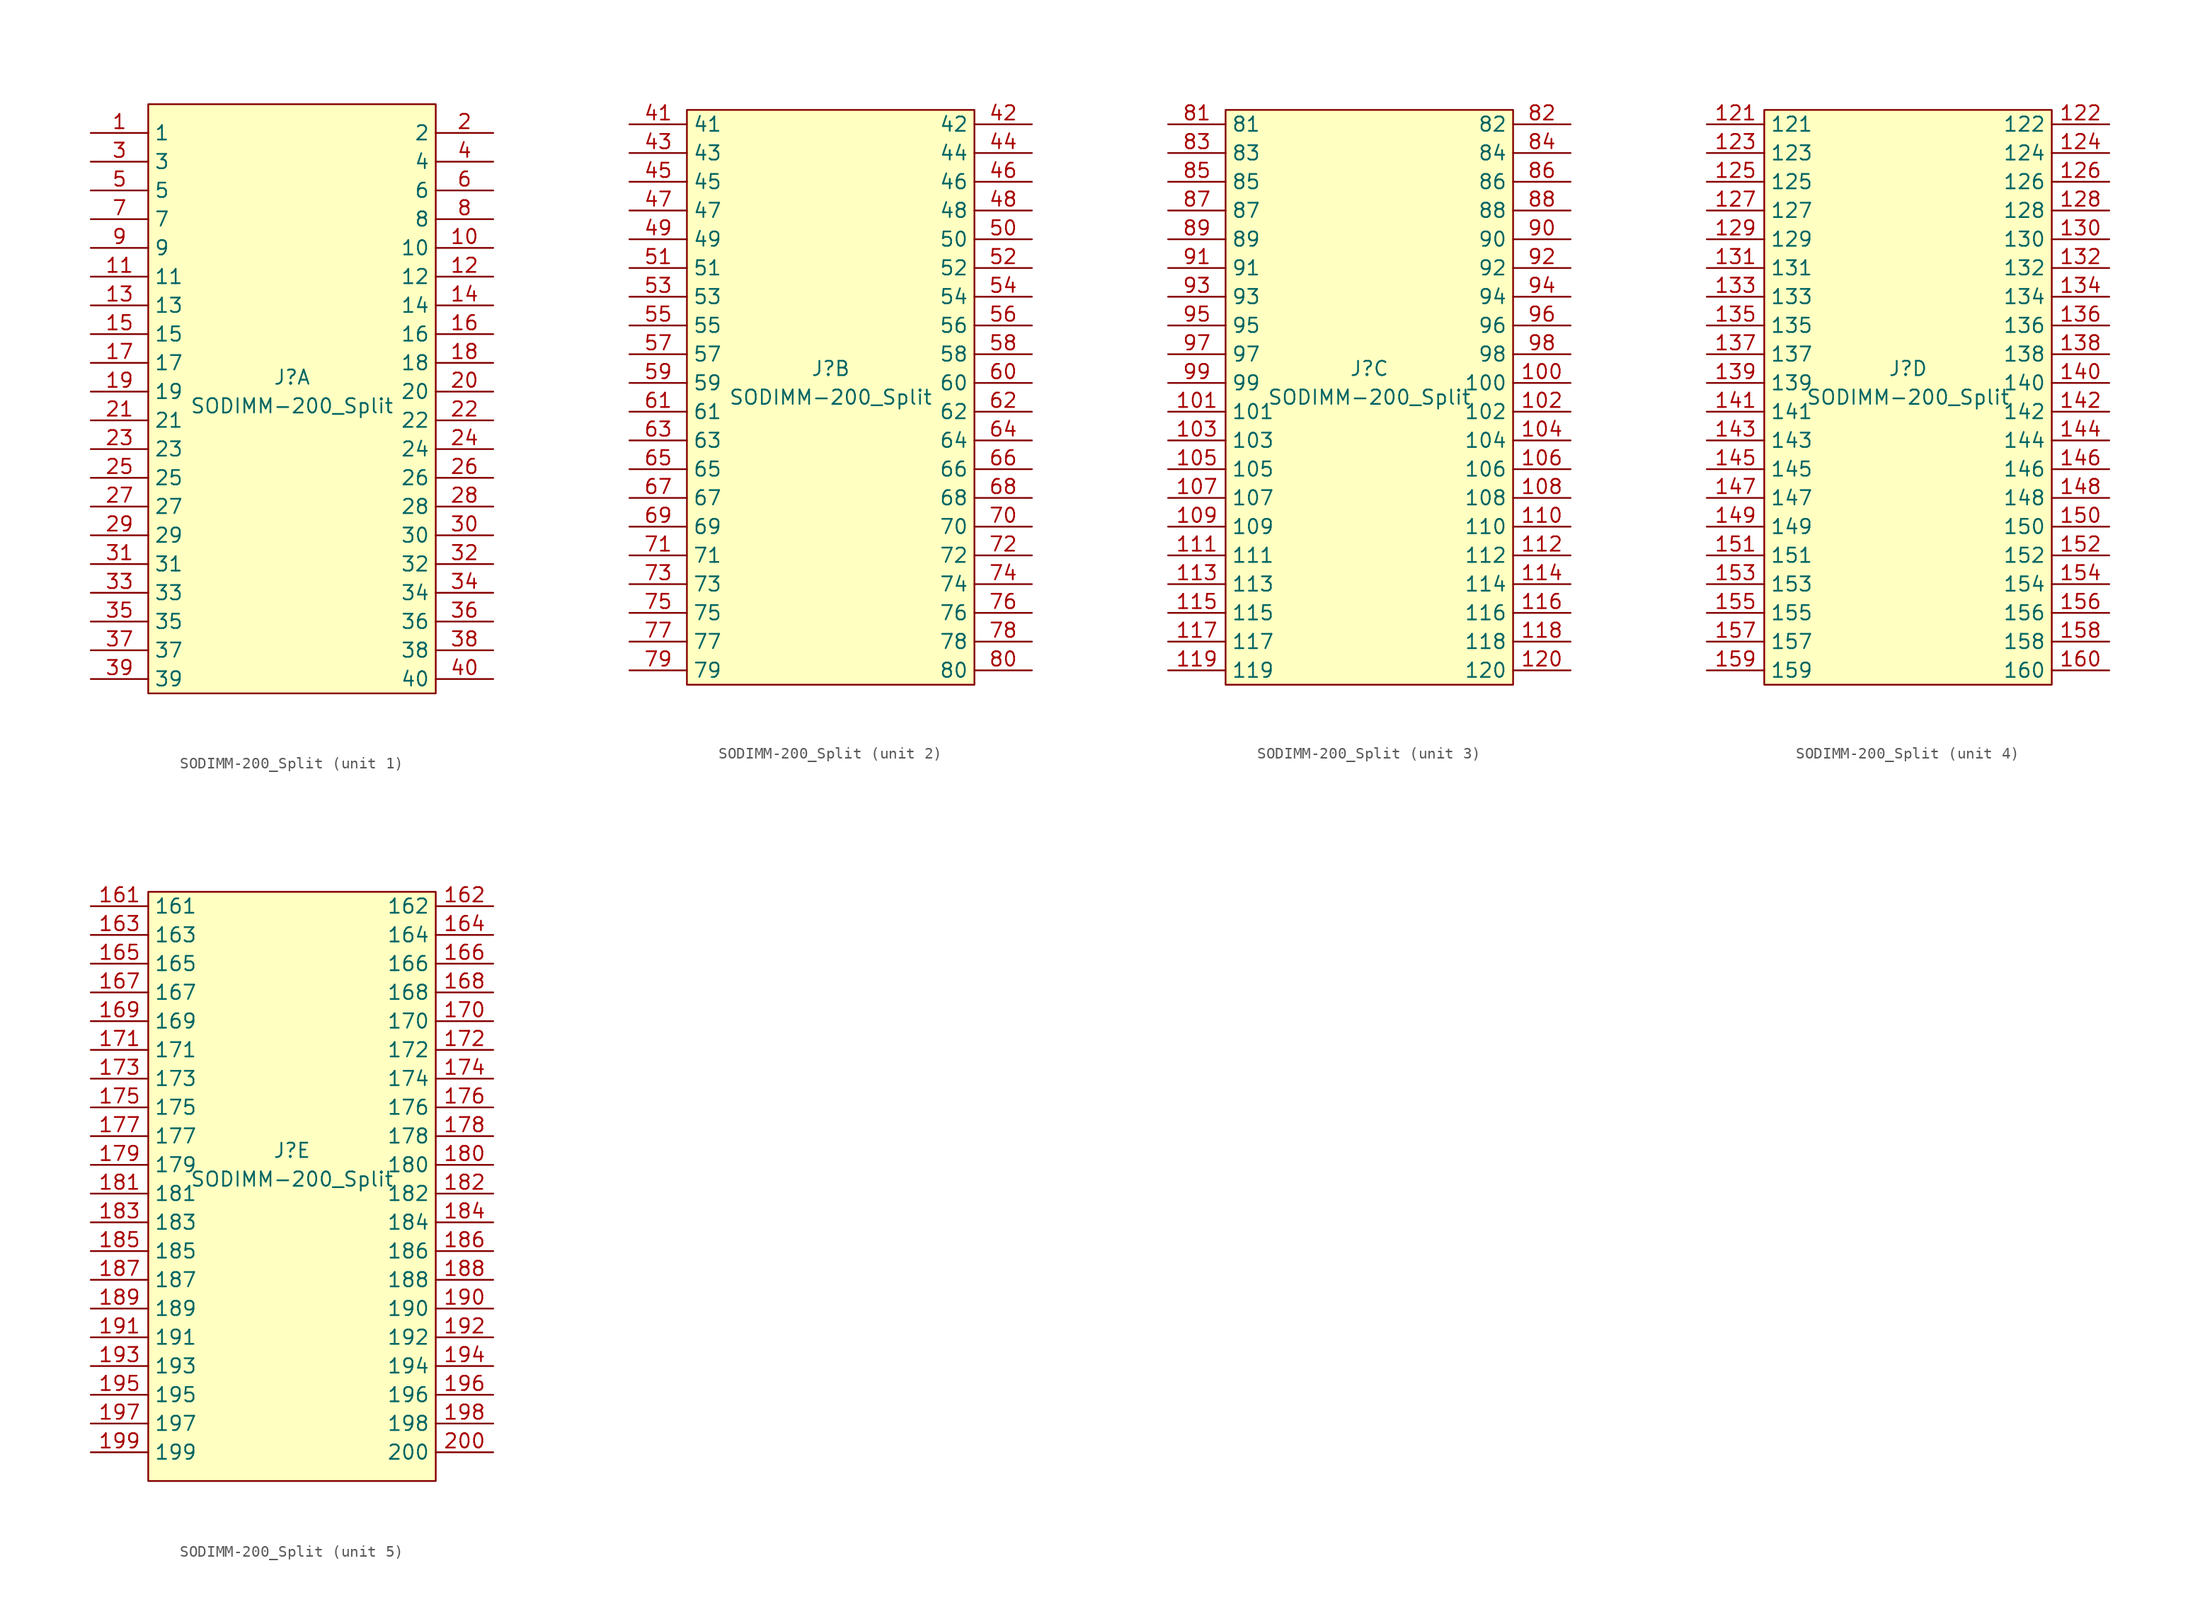
<source format=kicad_sym>
(kicad_symbol_lib
  (version 20201005)
  (generator kicad_symbol_editor)
  (symbol "Connector:SODIMM-200_Split"
    (property "Reference" "J"
      (at 0 1.27 0)
      (effects (font (size 1.27 1.27))))
    (property "Value" "SODIMM-200_Split"
      (at 0 -1.27 0)
      (effects (font (size 1.27 1.27))))
    (property "ki_locked" ""
      (at 0 0 0)
      (effects (font (size 1.27 1.27))))
    (symbol "SODIMM-200_Split_1_1"
      (rectangle (start -12.7 25.4) (end 12.7 -26.67) (stroke (width 0)) (fill (type background)))
      (pin passive line (at -17.78 22.86 0) (length 5.08) (name "1" (effects (font (size 1.27 1.27)))) (number "1" (effects (font (size 1.27 1.27)))))
      (pin passive line (at 17.78 12.7 180) (length 5.08) (name "10" (effects (font (size 1.27 1.27)))) (number "10" (effects (font (size 1.27 1.27)))))
      (pin passive line (at -17.78 10.16 0) (length 5.08) (name "11" (effects (font (size 1.27 1.27)))) (number "11" (effects (font (size 1.27 1.27)))))
      (pin passive line (at 17.78 10.16 180) (length 5.08) (name "12" (effects (font (size 1.27 1.27)))) (number "12" (effects (font (size 1.27 1.27)))))
      (pin passive line (at -17.78 7.62 0) (length 5.08) (name "13" (effects (font (size 1.27 1.27)))) (number "13" (effects (font (size 1.27 1.27)))))
      (pin passive line (at 17.78 7.62 180) (length 5.08) (name "14" (effects (font (size 1.27 1.27)))) (number "14" (effects (font (size 1.27 1.27)))))
      (pin passive line (at -17.78 5.08 0) (length 5.08) (name "15" (effects (font (size 1.27 1.27)))) (number "15" (effects (font (size 1.27 1.27)))))
      (pin passive line (at 17.78 5.08 180) (length 5.08) (name "16" (effects (font (size 1.27 1.27)))) (number "16" (effects (font (size 1.27 1.27)))))
      (pin passive line (at -17.78 2.54 0) (length 5.08) (name "17" (effects (font (size 1.27 1.27)))) (number "17" (effects (font (size 1.27 1.27)))))
      (pin passive line (at 17.78 2.54 180) (length 5.08) (name "18" (effects (font (size 1.27 1.27)))) (number "18" (effects (font (size 1.27 1.27)))))
      (pin passive line (at -17.78 0 0) (length 5.08) (name "19" (effects (font (size 1.27 1.27)))) (number "19" (effects (font (size 1.27 1.27)))))
      (pin passive line (at 17.78 22.86 180) (length 5.08) (name "2" (effects (font (size 1.27 1.27)))) (number "2" (effects (font (size 1.27 1.27)))))
      (pin passive line (at 17.78 0 180) (length 5.08) (name "20" (effects (font (size 1.27 1.27)))) (number "20" (effects (font (size 1.27 1.27)))))
      (pin passive line (at -17.78 -2.54 0) (length 5.08) (name "21" (effects (font (size 1.27 1.27)))) (number "21" (effects (font (size 1.27 1.27)))))
      (pin passive line (at 17.78 -2.54 180) (length 5.08) (name "22" (effects (font (size 1.27 1.27)))) (number "22" (effects (font (size 1.27 1.27)))))
      (pin passive line (at -17.78 -5.08 0) (length 5.08) (name "23" (effects (font (size 1.27 1.27)))) (number "23" (effects (font (size 1.27 1.27)))))
      (pin passive line (at 17.78 -5.08 180) (length 5.08) (name "24" (effects (font (size 1.27 1.27)))) (number "24" (effects (font (size 1.27 1.27)))))
      (pin passive line (at -17.78 -7.62 0) (length 5.08) (name "25" (effects (font (size 1.27 1.27)))) (number "25" (effects (font (size 1.27 1.27)))))
      (pin passive line (at 17.78 -7.62 180) (length 5.08) (name "26" (effects (font (size 1.27 1.27)))) (number "26" (effects (font (size 1.27 1.27)))))
      (pin passive line (at -17.78 -10.16 0) (length 5.08) (name "27" (effects (font (size 1.27 1.27)))) (number "27" (effects (font (size 1.27 1.27)))))
      (pin passive line (at 17.78 -10.16 180) (length 5.08) (name "28" (effects (font (size 1.27 1.27)))) (number "28" (effects (font (size 1.27 1.27)))))
      (pin passive line (at -17.78 -12.7 0) (length 5.08) (name "29" (effects (font (size 1.27 1.27)))) (number "29" (effects (font (size 1.27 1.27)))))
      (pin passive line (at -17.78 20.32 0) (length 5.08) (name "3" (effects (font (size 1.27 1.27)))) (number "3" (effects (font (size 1.27 1.27)))))
      (pin passive line (at 17.78 -12.7 180) (length 5.08) (name "30" (effects (font (size 1.27 1.27)))) (number "30" (effects (font (size 1.27 1.27)))))
      (pin passive line (at -17.78 -15.24 0) (length 5.08) (name "31" (effects (font (size 1.27 1.27)))) (number "31" (effects (font (size 1.27 1.27)))))
      (pin passive line (at 17.78 -15.24 180) (length 5.08) (name "32" (effects (font (size 1.27 1.27)))) (number "32" (effects (font (size 1.27 1.27)))))
      (pin passive line (at -17.78 -17.78 0) (length 5.08) (name "33" (effects (font (size 1.27 1.27)))) (number "33" (effects (font (size 1.27 1.27)))))
      (pin passive line (at 17.78 -17.78 180) (length 5.08) (name "34" (effects (font (size 1.27 1.27)))) (number "34" (effects (font (size 1.27 1.27)))))
      (pin passive line (at -17.78 -20.32 0) (length 5.08) (name "35" (effects (font (size 1.27 1.27)))) (number "35" (effects (font (size 1.27 1.27)))))
      (pin passive line (at 17.78 -20.32 180) (length 5.08) (name "36" (effects (font (size 1.27 1.27)))) (number "36" (effects (font (size 1.27 1.27)))))
      (pin passive line (at -17.78 -22.86 0) (length 5.08) (name "37" (effects (font (size 1.27 1.27)))) (number "37" (effects (font (size 1.27 1.27)))))
      (pin passive line (at 17.78 -22.86 180) (length 5.08) (name "38" (effects (font (size 1.27 1.27)))) (number "38" (effects (font (size 1.27 1.27)))))
      (pin passive line (at -17.78 -25.4 0) (length 5.08) (name "39" (effects (font (size 1.27 1.27)))) (number "39" (effects (font (size 1.27 1.27)))))
      (pin passive line (at 17.78 20.32 180) (length 5.08) (name "4" (effects (font (size 1.27 1.27)))) (number "4" (effects (font (size 1.27 1.27)))))
      (pin passive line (at 17.78 -25.4 180) (length 5.08) (name "40" (effects (font (size 1.27 1.27)))) (number "40" (effects (font (size 1.27 1.27)))))
      (pin passive line (at -17.78 17.78 0) (length 5.08) (name "5" (effects (font (size 1.27 1.27)))) (number "5" (effects (font (size 1.27 1.27)))))
      (pin passive line (at 17.78 17.78 180) (length 5.08) (name "6" (effects (font (size 1.27 1.27)))) (number "6" (effects (font (size 1.27 1.27)))))
      (pin passive line (at -17.78 15.24 0) (length 5.08) (name "7" (effects (font (size 1.27 1.27)))) (number "7" (effects (font (size 1.27 1.27)))))
      (pin passive line (at 17.78 15.24 180) (length 5.08) (name "8" (effects (font (size 1.27 1.27)))) (number "8" (effects (font (size 1.27 1.27)))))
      (pin passive line (at -17.78 12.7 0) (length 5.08) (name "9" (effects (font (size 1.27 1.27)))) (number "9" (effects (font (size 1.27 1.27))))))
    (symbol "SODIMM-200_Split_2_1"
      (rectangle (start -12.7 -26.67) (end 12.7 24.13) (stroke (width 0)) (fill (type background)))
      (pin passive line (at -17.78 22.86 0) (length 5.08) (name "41" (effects (font (size 1.27 1.27)))) (number "41" (effects (font (size 1.27 1.27)))))
      (pin passive line (at 17.78 22.86 180) (length 5.08) (name "42" (effects (font (size 1.27 1.27)))) (number "42" (effects (font (size 1.27 1.27)))))
      (pin passive line (at -17.78 20.32 0) (length 5.08) (name "43" (effects (font (size 1.27 1.27)))) (number "43" (effects (font (size 1.27 1.27)))))
      (pin passive line (at 17.78 20.32 180) (length 5.08) (name "44" (effects (font (size 1.27 1.27)))) (number "44" (effects (font (size 1.27 1.27)))))
      (pin passive line (at -17.78 17.78 0) (length 5.08) (name "45" (effects (font (size 1.27 1.27)))) (number "45" (effects (font (size 1.27 1.27)))))
      (pin passive line (at 17.78 17.78 180) (length 5.08) (name "46" (effects (font (size 1.27 1.27)))) (number "46" (effects (font (size 1.27 1.27)))))
      (pin passive line (at -17.78 15.24 0) (length 5.08) (name "47" (effects (font (size 1.27 1.27)))) (number "47" (effects (font (size 1.27 1.27)))))
      (pin passive line (at 17.78 15.24 180) (length 5.08) (name "48" (effects (font (size 1.27 1.27)))) (number "48" (effects (font (size 1.27 1.27)))))
      (pin passive line (at -17.78 12.7 0) (length 5.08) (name "49" (effects (font (size 1.27 1.27)))) (number "49" (effects (font (size 1.27 1.27)))))
      (pin passive line (at 17.78 12.7 180) (length 5.08) (name "50" (effects (font (size 1.27 1.27)))) (number "50" (effects (font (size 1.27 1.27)))))
      (pin passive line (at -17.78 10.16 0) (length 5.08) (name "51" (effects (font (size 1.27 1.27)))) (number "51" (effects (font (size 1.27 1.27)))))
      (pin passive line (at 17.78 10.16 180) (length 5.08) (name "52" (effects (font (size 1.27 1.27)))) (number "52" (effects (font (size 1.27 1.27)))))
      (pin passive line (at -17.78 7.62 0) (length 5.08) (name "53" (effects (font (size 1.27 1.27)))) (number "53" (effects (font (size 1.27 1.27)))))
      (pin passive line (at 17.78 7.62 180) (length 5.08) (name "54" (effects (font (size 1.27 1.27)))) (number "54" (effects (font (size 1.27 1.27)))))
      (pin passive line (at -17.78 5.08 0) (length 5.08) (name "55" (effects (font (size 1.27 1.27)))) (number "55" (effects (font (size 1.27 1.27)))))
      (pin passive line (at 17.78 5.08 180) (length 5.08) (name "56" (effects (font (size 1.27 1.27)))) (number "56" (effects (font (size 1.27 1.27)))))
      (pin passive line (at -17.78 2.54 0) (length 5.08) (name "57" (effects (font (size 1.27 1.27)))) (number "57" (effects (font (size 1.27 1.27)))))
      (pin passive line (at 17.78 2.54 180) (length 5.08) (name "58" (effects (font (size 1.27 1.27)))) (number "58" (effects (font (size 1.27 1.27)))))
      (pin passive line (at -17.78 0 0) (length 5.08) (name "59" (effects (font (size 1.27 1.27)))) (number "59" (effects (font (size 1.27 1.27)))))
      (pin passive line (at 17.78 0 180) (length 5.08) (name "60" (effects (font (size 1.27 1.27)))) (number "60" (effects (font (size 1.27 1.27)))))
      (pin passive line (at -17.78 -2.54 0) (length 5.08) (name "61" (effects (font (size 1.27 1.27)))) (number "61" (effects (font (size 1.27 1.27)))))
      (pin passive line (at 17.78 -2.54 180) (length 5.08) (name "62" (effects (font (size 1.27 1.27)))) (number "62" (effects (font (size 1.27 1.27)))))
      (pin passive line (at -17.78 -5.08 0) (length 5.08) (name "63" (effects (font (size 1.27 1.27)))) (number "63" (effects (font (size 1.27 1.27)))))
      (pin passive line (at 17.78 -5.08 180) (length 5.08) (name "64" (effects (font (size 1.27 1.27)))) (number "64" (effects (font (size 1.27 1.27)))))
      (pin passive line (at -17.78 -7.62 0) (length 5.08) (name "65" (effects (font (size 1.27 1.27)))) (number "65" (effects (font (size 1.27 1.27)))))
      (pin passive line (at 17.78 -7.62 180) (length 5.08) (name "66" (effects (font (size 1.27 1.27)))) (number "66" (effects (font (size 1.27 1.27)))))
      (pin passive line (at -17.78 -10.16 0) (length 5.08) (name "67" (effects (font (size 1.27 1.27)))) (number "67" (effects (font (size 1.27 1.27)))))
      (pin passive line (at 17.78 -10.16 180) (length 5.08) (name "68" (effects (font (size 1.27 1.27)))) (number "68" (effects (font (size 1.27 1.27)))))
      (pin passive line (at -17.78 -12.7 0) (length 5.08) (name "69" (effects (font (size 1.27 1.27)))) (number "69" (effects (font (size 1.27 1.27)))))
      (pin passive line (at 17.78 -12.7 180) (length 5.08) (name "70" (effects (font (size 1.27 1.27)))) (number "70" (effects (font (size 1.27 1.27)))))
      (pin passive line (at -17.78 -15.24 0) (length 5.08) (name "71" (effects (font (size 1.27 1.27)))) (number "71" (effects (font (size 1.27 1.27)))))
      (pin passive line (at 17.78 -15.24 180) (length 5.08) (name "72" (effects (font (size 1.27 1.27)))) (number "72" (effects (font (size 1.27 1.27)))))
      (pin passive line (at -17.78 -17.78 0) (length 5.08) (name "73" (effects (font (size 1.27 1.27)))) (number "73" (effects (font (size 1.27 1.27)))))
      (pin passive line (at 17.78 -17.78 180) (length 5.08) (name "74" (effects (font (size 1.27 1.27)))) (number "74" (effects (font (size 1.27 1.27)))))
      (pin passive line (at -17.78 -20.32 0) (length 5.08) (name "75" (effects (font (size 1.27 1.27)))) (number "75" (effects (font (size 1.27 1.27)))))
      (pin passive line (at 17.78 -20.32 180) (length 5.08) (name "76" (effects (font (size 1.27 1.27)))) (number "76" (effects (font (size 1.27 1.27)))))
      (pin passive line (at -17.78 -22.86 0) (length 5.08) (name "77" (effects (font (size 1.27 1.27)))) (number "77" (effects (font (size 1.27 1.27)))))
      (pin passive line (at 17.78 -22.86 180) (length 5.08) (name "78" (effects (font (size 1.27 1.27)))) (number "78" (effects (font (size 1.27 1.27)))))
      (pin passive line (at -17.78 -25.4 0) (length 5.08) (name "79" (effects (font (size 1.27 1.27)))) (number "79" (effects (font (size 1.27 1.27)))))
      (pin passive line (at 17.78 -25.4 180) (length 5.08) (name "80" (effects (font (size 1.27 1.27)))) (number "80" (effects (font (size 1.27 1.27))))))
    (symbol "SODIMM-200_Split_3_1"
      (rectangle (start -12.7 24.13) (end 12.7 -26.67) (stroke (width 0)) (fill (type background)))
      (pin passive line (at 17.78 0 180) (length 5.08) (name "100" (effects (font (size 1.27 1.27)))) (number "100" (effects (font (size 1.27 1.27)))))
      (pin passive line (at -17.78 -2.54 0) (length 5.08) (name "101" (effects (font (size 1.27 1.27)))) (number "101" (effects (font (size 1.27 1.27)))))
      (pin passive line (at 17.78 -2.54 180) (length 5.08) (name "102" (effects (font (size 1.27 1.27)))) (number "102" (effects (font (size 1.27 1.27)))))
      (pin passive line (at -17.78 -5.08 0) (length 5.08) (name "103" (effects (font (size 1.27 1.27)))) (number "103" (effects (font (size 1.27 1.27)))))
      (pin passive line (at 17.78 -5.08 180) (length 5.08) (name "104" (effects (font (size 1.27 1.27)))) (number "104" (effects (font (size 1.27 1.27)))))
      (pin passive line (at -17.78 -7.62 0) (length 5.08) (name "105" (effects (font (size 1.27 1.27)))) (number "105" (effects (font (size 1.27 1.27)))))
      (pin passive line (at 17.78 -7.62 180) (length 5.08) (name "106" (effects (font (size 1.27 1.27)))) (number "106" (effects (font (size 1.27 1.27)))))
      (pin passive line (at -17.78 -10.16 0) (length 5.08) (name "107" (effects (font (size 1.27 1.27)))) (number "107" (effects (font (size 1.27 1.27)))))
      (pin passive line (at 17.78 -10.16 180) (length 5.08) (name "108" (effects (font (size 1.27 1.27)))) (number "108" (effects (font (size 1.27 1.27)))))
      (pin passive line (at -17.78 -12.7 0) (length 5.08) (name "109" (effects (font (size 1.27 1.27)))) (number "109" (effects (font (size 1.27 1.27)))))
      (pin passive line (at 17.78 -12.7 180) (length 5.08) (name "110" (effects (font (size 1.27 1.27)))) (number "110" (effects (font (size 1.27 1.27)))))
      (pin passive line (at -17.78 -15.24 0) (length 5.08) (name "111" (effects (font (size 1.27 1.27)))) (number "111" (effects (font (size 1.27 1.27)))))
      (pin passive line (at 17.78 -15.24 180) (length 5.08) (name "112" (effects (font (size 1.27 1.27)))) (number "112" (effects (font (size 1.27 1.27)))))
      (pin passive line (at -17.78 -17.78 0) (length 5.08) (name "113" (effects (font (size 1.27 1.27)))) (number "113" (effects (font (size 1.27 1.27)))))
      (pin passive line (at 17.78 -17.78 180) (length 5.08) (name "114" (effects (font (size 1.27 1.27)))) (number "114" (effects (font (size 1.27 1.27)))))
      (pin passive line (at -17.78 -20.32 0) (length 5.08) (name "115" (effects (font (size 1.27 1.27)))) (number "115" (effects (font (size 1.27 1.27)))))
      (pin passive line (at 17.78 -20.32 180) (length 5.08) (name "116" (effects (font (size 1.27 1.27)))) (number "116" (effects (font (size 1.27 1.27)))))
      (pin passive line (at -17.78 -22.86 0) (length 5.08) (name "117" (effects (font (size 1.27 1.27)))) (number "117" (effects (font (size 1.27 1.27)))))
      (pin passive line (at 17.78 -22.86 180) (length 5.08) (name "118" (effects (font (size 1.27 1.27)))) (number "118" (effects (font (size 1.27 1.27)))))
      (pin passive line (at -17.78 -25.4 0) (length 5.08) (name "119" (effects (font (size 1.27 1.27)))) (number "119" (effects (font (size 1.27 1.27)))))
      (pin passive line (at 17.78 -25.4 180) (length 5.08) (name "120" (effects (font (size 1.27 1.27)))) (number "120" (effects (font (size 1.27 1.27)))))
      (pin passive line (at -17.78 22.86 0) (length 5.08) (name "81" (effects (font (size 1.27 1.27)))) (number "81" (effects (font (size 1.27 1.27)))))
      (pin passive line (at 17.78 22.86 180) (length 5.08) (name "82" (effects (font (size 1.27 1.27)))) (number "82" (effects (font (size 1.27 1.27)))))
      (pin passive line (at -17.78 20.32 0) (length 5.08) (name "83" (effects (font (size 1.27 1.27)))) (number "83" (effects (font (size 1.27 1.27)))))
      (pin passive line (at 17.78 20.32 180) (length 5.08) (name "84" (effects (font (size 1.27 1.27)))) (number "84" (effects (font (size 1.27 1.27)))))
      (pin passive line (at -17.78 17.78 0) (length 5.08) (name "85" (effects (font (size 1.27 1.27)))) (number "85" (effects (font (size 1.27 1.27)))))
      (pin passive line (at 17.78 17.78 180) (length 5.08) (name "86" (effects (font (size 1.27 1.27)))) (number "86" (effects (font (size 1.27 1.27)))))
      (pin passive line (at -17.78 15.24 0) (length 5.08) (name "87" (effects (font (size 1.27 1.27)))) (number "87" (effects (font (size 1.27 1.27)))))
      (pin passive line (at 17.78 15.24 180) (length 5.08) (name "88" (effects (font (size 1.27 1.27)))) (number "88" (effects (font (size 1.27 1.27)))))
      (pin passive line (at -17.78 12.7 0) (length 5.08) (name "89" (effects (font (size 1.27 1.27)))) (number "89" (effects (font (size 1.27 1.27)))))
      (pin passive line (at 17.78 12.7 180) (length 5.08) (name "90" (effects (font (size 1.27 1.27)))) (number "90" (effects (font (size 1.27 1.27)))))
      (pin passive line (at -17.78 10.16 0) (length 5.08) (name "91" (effects (font (size 1.27 1.27)))) (number "91" (effects (font (size 1.27 1.27)))))
      (pin passive line (at 17.78 10.16 180) (length 5.08) (name "92" (effects (font (size 1.27 1.27)))) (number "92" (effects (font (size 1.27 1.27)))))
      (pin passive line (at -17.78 7.62 0) (length 5.08) (name "93" (effects (font (size 1.27 1.27)))) (number "93" (effects (font (size 1.27 1.27)))))
      (pin passive line (at 17.78 7.62 180) (length 5.08) (name "94" (effects (font (size 1.27 1.27)))) (number "94" (effects (font (size 1.27 1.27)))))
      (pin passive line (at -17.78 5.08 0) (length 5.08) (name "95" (effects (font (size 1.27 1.27)))) (number "95" (effects (font (size 1.27 1.27)))))
      (pin passive line (at 17.78 5.08 180) (length 5.08) (name "96" (effects (font (size 1.27 1.27)))) (number "96" (effects (font (size 1.27 1.27)))))
      (pin passive line (at -17.78 2.54 0) (length 5.08) (name "97" (effects (font (size 1.27 1.27)))) (number "97" (effects (font (size 1.27 1.27)))))
      (pin passive line (at 17.78 2.54 180) (length 5.08) (name "98" (effects (font (size 1.27 1.27)))) (number "98" (effects (font (size 1.27 1.27)))))
      (pin passive line (at -17.78 0 0) (length 5.08) (name "99" (effects (font (size 1.27 1.27)))) (number "99" (effects (font (size 1.27 1.27))))))
    (symbol "SODIMM-200_Split_4_1"
      (rectangle (start -12.7 24.13) (end 12.7 -26.67) (stroke (width 0)) (fill (type background)))
      (pin passive line (at -17.78 22.86 0) (length 5.08) (name "121" (effects (font (size 1.27 1.27)))) (number "121" (effects (font (size 1.27 1.27)))))
      (pin passive line (at 17.78 22.86 180) (length 5.08) (name "122" (effects (font (size 1.27 1.27)))) (number "122" (effects (font (size 1.27 1.27)))))
      (pin passive line (at -17.78 20.32 0) (length 5.08) (name "123" (effects (font (size 1.27 1.27)))) (number "123" (effects (font (size 1.27 1.27)))))
      (pin passive line (at 17.78 20.32 180) (length 5.08) (name "124" (effects (font (size 1.27 1.27)))) (number "124" (effects (font (size 1.27 1.27)))))
      (pin passive line (at -17.78 17.78 0) (length 5.08) (name "125" (effects (font (size 1.27 1.27)))) (number "125" (effects (font (size 1.27 1.27)))))
      (pin passive line (at 17.78 17.78 180) (length 5.08) (name "126" (effects (font (size 1.27 1.27)))) (number "126" (effects (font (size 1.27 1.27)))))
      (pin passive line (at -17.78 15.24 0) (length 5.08) (name "127" (effects (font (size 1.27 1.27)))) (number "127" (effects (font (size 1.27 1.27)))))
      (pin passive line (at 17.78 15.24 180) (length 5.08) (name "128" (effects (font (size 1.27 1.27)))) (number "128" (effects (font (size 1.27 1.27)))))
      (pin passive line (at -17.78 12.7 0) (length 5.08) (name "129" (effects (font (size 1.27 1.27)))) (number "129" (effects (font (size 1.27 1.27)))))
      (pin passive line (at 17.78 12.7 180) (length 5.08) (name "130" (effects (font (size 1.27 1.27)))) (number "130" (effects (font (size 1.27 1.27)))))
      (pin passive line (at -17.78 10.16 0) (length 5.08) (name "131" (effects (font (size 1.27 1.27)))) (number "131" (effects (font (size 1.27 1.27)))))
      (pin passive line (at 17.78 10.16 180) (length 5.08) (name "132" (effects (font (size 1.27 1.27)))) (number "132" (effects (font (size 1.27 1.27)))))
      (pin passive line (at -17.78 7.62 0) (length 5.08) (name "133" (effects (font (size 1.27 1.27)))) (number "133" (effects (font (size 1.27 1.27)))))
      (pin passive line (at 17.78 7.62 180) (length 5.08) (name "134" (effects (font (size 1.27 1.27)))) (number "134" (effects (font (size 1.27 1.27)))))
      (pin passive line (at -17.78 5.08 0) (length 5.08) (name "135" (effects (font (size 1.27 1.27)))) (number "135" (effects (font (size 1.27 1.27)))))
      (pin passive line (at 17.78 5.08 180) (length 5.08) (name "136" (effects (font (size 1.27 1.27)))) (number "136" (effects (font (size 1.27 1.27)))))
      (pin passive line (at -17.78 2.54 0) (length 5.08) (name "137" (effects (font (size 1.27 1.27)))) (number "137" (effects (font (size 1.27 1.27)))))
      (pin passive line (at 17.78 2.54 180) (length 5.08) (name "138" (effects (font (size 1.27 1.27)))) (number "138" (effects (font (size 1.27 1.27)))))
      (pin passive line (at -17.78 0 0) (length 5.08) (name "139" (effects (font (size 1.27 1.27)))) (number "139" (effects (font (size 1.27 1.27)))))
      (pin passive line (at 17.78 0 180) (length 5.08) (name "140" (effects (font (size 1.27 1.27)))) (number "140" (effects (font (size 1.27 1.27)))))
      (pin passive line (at -17.78 -2.54 0) (length 5.08) (name "141" (effects (font (size 1.27 1.27)))) (number "141" (effects (font (size 1.27 1.27)))))
      (pin passive line (at 17.78 -2.54 180) (length 5.08) (name "142" (effects (font (size 1.27 1.27)))) (number "142" (effects (font (size 1.27 1.27)))))
      (pin passive line (at -17.78 -5.08 0) (length 5.08) (name "143" (effects (font (size 1.27 1.27)))) (number "143" (effects (font (size 1.27 1.27)))))
      (pin passive line (at 17.78 -5.08 180) (length 5.08) (name "144" (effects (font (size 1.27 1.27)))) (number "144" (effects (font (size 1.27 1.27)))))
      (pin passive line (at -17.78 -7.62 0) (length 5.08) (name "145" (effects (font (size 1.27 1.27)))) (number "145" (effects (font (size 1.27 1.27)))))
      (pin passive line (at 17.78 -7.62 180) (length 5.08) (name "146" (effects (font (size 1.27 1.27)))) (number "146" (effects (font (size 1.27 1.27)))))
      (pin passive line (at -17.78 -10.16 0) (length 5.08) (name "147" (effects (font (size 1.27 1.27)))) (number "147" (effects (font (size 1.27 1.27)))))
      (pin passive line (at 17.78 -10.16 180) (length 5.08) (name "148" (effects (font (size 1.27 1.27)))) (number "148" (effects (font (size 1.27 1.27)))))
      (pin passive line (at -17.78 -12.7 0) (length 5.08) (name "149" (effects (font (size 1.27 1.27)))) (number "149" (effects (font (size 1.27 1.27)))))
      (pin passive line (at 17.78 -12.7 180) (length 5.08) (name "150" (effects (font (size 1.27 1.27)))) (number "150" (effects (font (size 1.27 1.27)))))
      (pin passive line (at -17.78 -15.24 0) (length 5.08) (name "151" (effects (font (size 1.27 1.27)))) (number "151" (effects (font (size 1.27 1.27)))))
      (pin passive line (at 17.78 -15.24 180) (length 5.08) (name "152" (effects (font (size 1.27 1.27)))) (number "152" (effects (font (size 1.27 1.27)))))
      (pin passive line (at -17.78 -17.78 0) (length 5.08) (name "153" (effects (font (size 1.27 1.27)))) (number "153" (effects (font (size 1.27 1.27)))))
      (pin passive line (at 17.78 -17.78 180) (length 5.08) (name "154" (effects (font (size 1.27 1.27)))) (number "154" (effects (font (size 1.27 1.27)))))
      (pin passive line (at -17.78 -20.32 0) (length 5.08) (name "155" (effects (font (size 1.27 1.27)))) (number "155" (effects (font (size 1.27 1.27)))))
      (pin passive line (at 17.78 -20.32 180) (length 5.08) (name "156" (effects (font (size 1.27 1.27)))) (number "156" (effects (font (size 1.27 1.27)))))
      (pin passive line (at -17.78 -22.86 0) (length 5.08) (name "157" (effects (font (size 1.27 1.27)))) (number "157" (effects (font (size 1.27 1.27)))))
      (pin passive line (at 17.78 -22.86 180) (length 5.08) (name "158" (effects (font (size 1.27 1.27)))) (number "158" (effects (font (size 1.27 1.27)))))
      (pin passive line (at -17.78 -25.4 0) (length 5.08) (name "159" (effects (font (size 1.27 1.27)))) (number "159" (effects (font (size 1.27 1.27)))))
      (pin passive line (at 17.78 -25.4 180) (length 5.08) (name "160" (effects (font (size 1.27 1.27)))) (number "160" (effects (font (size 1.27 1.27))))))
    (symbol "SODIMM-200_Split_5_1"
      (rectangle (start -12.7 24.13) (end 12.7 -27.94) (stroke (width 0)) (fill (type background)))
      (pin passive line (at -17.78 22.86 0) (length 5.08) (name "161" (effects (font (size 1.27 1.27)))) (number "161" (effects (font (size 1.27 1.27)))))
      (pin passive line (at 17.78 22.86 180) (length 5.08) (name "162" (effects (font (size 1.27 1.27)))) (number "162" (effects (font (size 1.27 1.27)))))
      (pin passive line (at -17.78 20.32 0) (length 5.08) (name "163" (effects (font (size 1.27 1.27)))) (number "163" (effects (font (size 1.27 1.27)))))
      (pin passive line (at 17.78 20.32 180) (length 5.08) (name "164" (effects (font (size 1.27 1.27)))) (number "164" (effects (font (size 1.27 1.27)))))
      (pin passive line (at -17.78 17.78 0) (length 5.08) (name "165" (effects (font (size 1.27 1.27)))) (number "165" (effects (font (size 1.27 1.27)))))
      (pin passive line (at 17.78 17.78 180) (length 5.08) (name "166" (effects (font (size 1.27 1.27)))) (number "166" (effects (font (size 1.27 1.27)))))
      (pin passive line (at -17.78 15.24 0) (length 5.08) (name "167" (effects (font (size 1.27 1.27)))) (number "167" (effects (font (size 1.27 1.27)))))
      (pin passive line (at 17.78 15.24 180) (length 5.08) (name "168" (effects (font (size 1.27 1.27)))) (number "168" (effects (font (size 1.27 1.27)))))
      (pin passive line (at -17.78 12.7 0) (length 5.08) (name "169" (effects (font (size 1.27 1.27)))) (number "169" (effects (font (size 1.27 1.27)))))
      (pin passive line (at 17.78 12.7 180) (length 5.08) (name "170" (effects (font (size 1.27 1.27)))) (number "170" (effects (font (size 1.27 1.27)))))
      (pin passive line (at -17.78 10.16 0) (length 5.08) (name "171" (effects (font (size 1.27 1.27)))) (number "171" (effects (font (size 1.27 1.27)))))
      (pin passive line (at 17.78 10.16 180) (length 5.08) (name "172" (effects (font (size 1.27 1.27)))) (number "172" (effects (font (size 1.27 1.27)))))
      (pin passive line (at -17.78 7.62 0) (length 5.08) (name "173" (effects (font (size 1.27 1.27)))) (number "173" (effects (font (size 1.27 1.27)))))
      (pin passive line (at 17.78 7.62 180) (length 5.08) (name "174" (effects (font (size 1.27 1.27)))) (number "174" (effects (font (size 1.27 1.27)))))
      (pin passive line (at -17.78 5.08 0) (length 5.08) (name "175" (effects (font (size 1.27 1.27)))) (number "175" (effects (font (size 1.27 1.27)))))
      (pin passive line (at 17.78 5.08 180) (length 5.08) (name "176" (effects (font (size 1.27 1.27)))) (number "176" (effects (font (size 1.27 1.27)))))
      (pin passive line (at -17.78 2.54 0) (length 5.08) (name "177" (effects (font (size 1.27 1.27)))) (number "177" (effects (font (size 1.27 1.27)))))
      (pin passive line (at 17.78 2.54 180) (length 5.08) (name "178" (effects (font (size 1.27 1.27)))) (number "178" (effects (font (size 1.27 1.27)))))
      (pin passive line (at -17.78 0 0) (length 5.08) (name "179" (effects (font (size 1.27 1.27)))) (number "179" (effects (font (size 1.27 1.27)))))
      (pin passive line (at 17.78 0 180) (length 5.08) (name "180" (effects (font (size 1.27 1.27)))) (number "180" (effects (font (size 1.27 1.27)))))
      (pin passive line (at -17.78 -2.54 0) (length 5.08) (name "181" (effects (font (size 1.27 1.27)))) (number "181" (effects (font (size 1.27 1.27)))))
      (pin passive line (at 17.78 -2.54 180) (length 5.08) (name "182" (effects (font (size 1.27 1.27)))) (number "182" (effects (font (size 1.27 1.27)))))
      (pin passive line (at -17.78 -5.08 0) (length 5.08) (name "183" (effects (font (size 1.27 1.27)))) (number "183" (effects (font (size 1.27 1.27)))))
      (pin passive line (at 17.78 -5.08 180) (length 5.08) (name "184" (effects (font (size 1.27 1.27)))) (number "184" (effects (font (size 1.27 1.27)))))
      (pin passive line (at -17.78 -7.62 0) (length 5.08) (name "185" (effects (font (size 1.27 1.27)))) (number "185" (effects (font (size 1.27 1.27)))))
      (pin passive line (at 17.78 -7.62 180) (length 5.08) (name "186" (effects (font (size 1.27 1.27)))) (number "186" (effects (font (size 1.27 1.27)))))
      (pin passive line (at -17.78 -10.16 0) (length 5.08) (name "187" (effects (font (size 1.27 1.27)))) (number "187" (effects (font (size 1.27 1.27)))))
      (pin passive line (at 17.78 -10.16 180) (length 5.08) (name "188" (effects (font (size 1.27 1.27)))) (number "188" (effects (font (size 1.27 1.27)))))
      (pin passive line (at -17.78 -12.7 0) (length 5.08) (name "189" (effects (font (size 1.27 1.27)))) (number "189" (effects (font (size 1.27 1.27)))))
      (pin passive line (at 17.78 -12.7 180) (length 5.08) (name "190" (effects (font (size 1.27 1.27)))) (number "190" (effects (font (size 1.27 1.27)))))
      (pin passive line (at -17.78 -15.24 0) (length 5.08) (name "191" (effects (font (size 1.27 1.27)))) (number "191" (effects (font (size 1.27 1.27)))))
      (pin passive line (at 17.78 -15.24 180) (length 5.08) (name "192" (effects (font (size 1.27 1.27)))) (number "192" (effects (font (size 1.27 1.27)))))
      (pin passive line (at -17.78 -17.78 0) (length 5.08) (name "193" (effects (font (size 1.27 1.27)))) (number "193" (effects (font (size 1.27 1.27)))))
      (pin passive line (at 17.78 -17.78 180) (length 5.08) (name "194" (effects (font (size 1.27 1.27)))) (number "194" (effects (font (size 1.27 1.27)))))
      (pin passive line (at -17.78 -20.32 0) (length 5.08) (name "195" (effects (font (size 1.27 1.27)))) (number "195" (effects (font (size 1.27 1.27)))))
      (pin passive line (at 17.78 -20.32 180) (length 5.08) (name "196" (effects (font (size 1.27 1.27)))) (number "196" (effects (font (size 1.27 1.27)))))
      (pin passive line (at -17.78 -22.86 0) (length 5.08) (name "197" (effects (font (size 1.27 1.27)))) (number "197" (effects (font (size 1.27 1.27)))))
      (pin passive line (at 17.78 -22.86 180) (length 5.08) (name "198" (effects (font (size 1.27 1.27)))) (number "198" (effects (font (size 1.27 1.27)))))
      (pin passive line (at -17.78 -25.4 0) (length 5.08) (name "199" (effects (font (size 1.27 1.27)))) (number "199" (effects (font (size 1.27 1.27)))))
      (pin passive line (at 17.78 -25.4 180) (length 5.08) (name "200" (effects (font (size 1.27 1.27)))) (number "200" (effects (font (size 1.27 1.27))))))))
</source>
